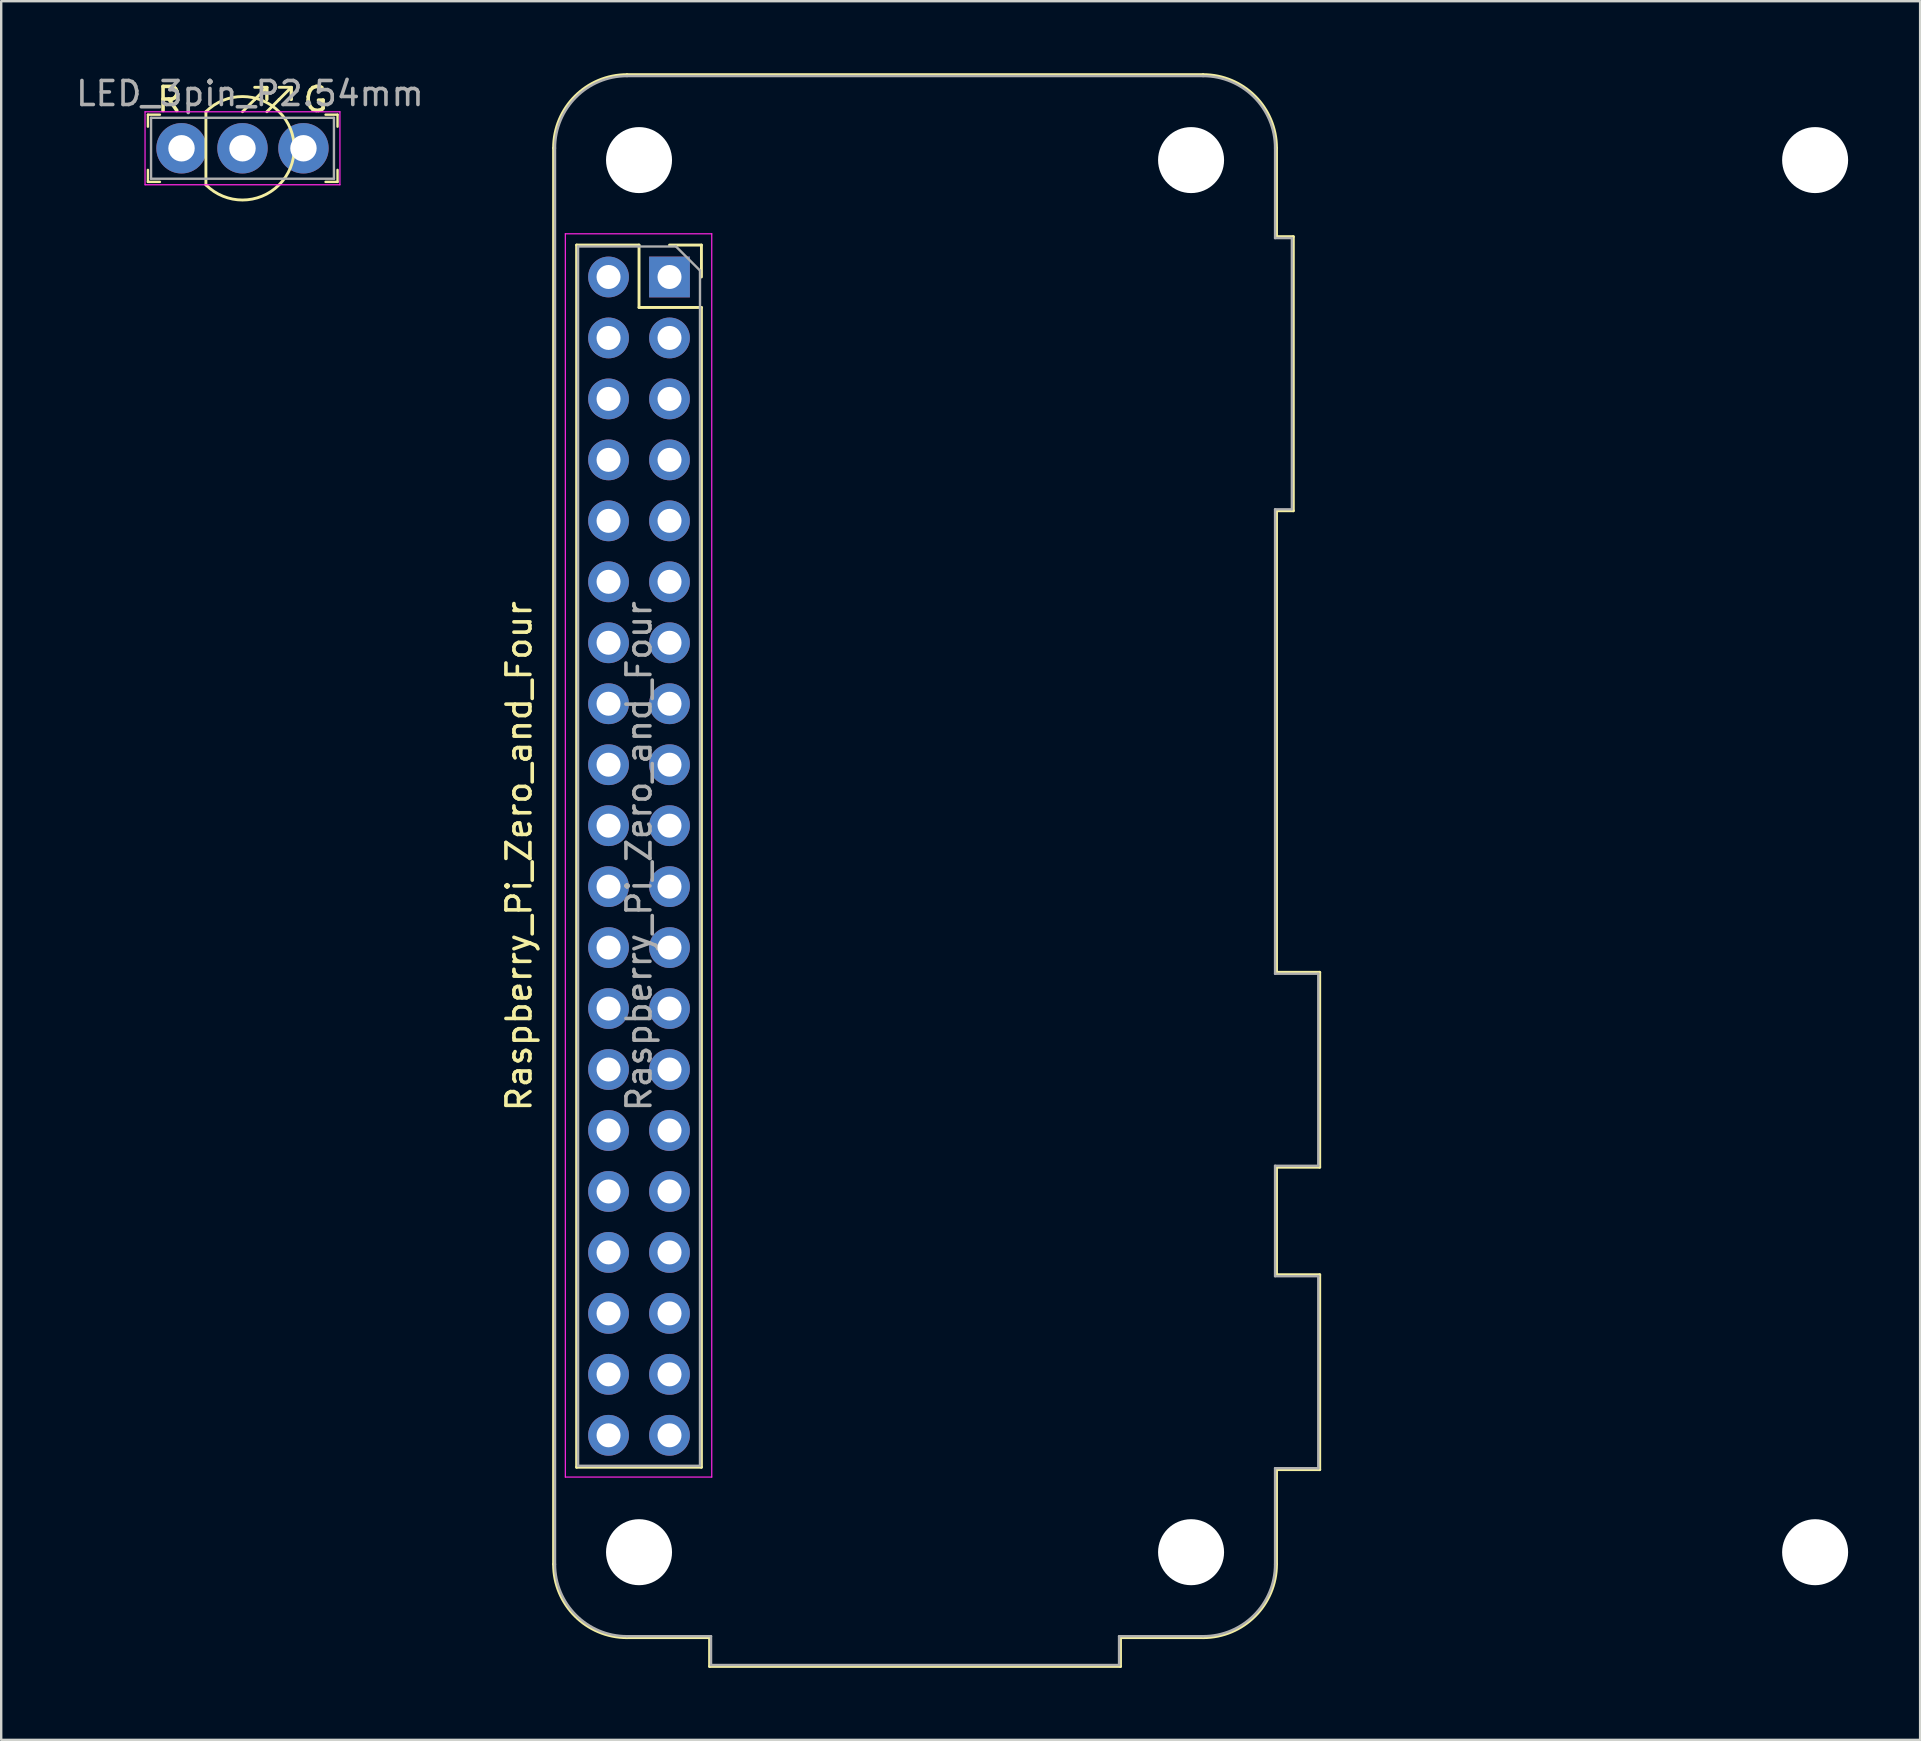
<source format=kicad_pcb>
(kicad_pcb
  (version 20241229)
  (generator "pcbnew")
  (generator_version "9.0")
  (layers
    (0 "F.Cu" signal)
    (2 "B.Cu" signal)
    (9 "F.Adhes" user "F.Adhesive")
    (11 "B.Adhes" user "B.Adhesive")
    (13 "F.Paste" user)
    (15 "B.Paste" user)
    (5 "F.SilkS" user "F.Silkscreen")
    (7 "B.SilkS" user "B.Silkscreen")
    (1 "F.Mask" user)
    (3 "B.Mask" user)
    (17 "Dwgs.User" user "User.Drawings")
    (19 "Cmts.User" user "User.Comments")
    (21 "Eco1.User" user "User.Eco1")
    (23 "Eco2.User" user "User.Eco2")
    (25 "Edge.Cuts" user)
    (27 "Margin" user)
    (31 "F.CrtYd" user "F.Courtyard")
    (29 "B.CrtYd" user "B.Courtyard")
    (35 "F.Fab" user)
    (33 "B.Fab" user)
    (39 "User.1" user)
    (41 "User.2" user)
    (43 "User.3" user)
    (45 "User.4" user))
  (footprint "LED_3pin_P2.54mm"
    (layer "F.Cu")
    (at 4.513 3.128)
    (property "Reference" "LED_3pin_P2.54mm" (at 2.85 -2.28 0) (layer "F.Fab") (effects (font (size 1 1) (thickness 0.15))))
    (attr through_hole)
    (fp_line (start -1.4 -1.4) (end -1.4 -0.9) (stroke (width 0.1) (type solid)) (layer "F.SilkS"))
    (fp_line (start -1.4 -1.4) (end -0.9 -1.4) (stroke (width 0.1) (type solid)) (layer "F.SilkS"))
    (fp_line (start -1.4 1.4) (end -1.4 0.9) (stroke (width 0.1) (type solid)) (layer "F.SilkS"))
    (fp_line (start -1.4 1.4) (end -0.9 1.4) (stroke (width 0.1) (type solid)) (layer "F.SilkS"))
    (fp_line (start 1.016 -1.524) (end 1.016 1.524) (stroke (width 0.12) (type solid)) (layer "F.SilkS"))
    (fp_line (start 3.048 -2.032) (end 2.54 -1.524) (stroke (width 0.12) (type solid)) (layer "F.SilkS"))
    (fp_line (start 3.048 -2.032) (end 3.556 -2.54) (stroke (width 0.12) (type solid)) (layer "F.SilkS"))
    (fp_line (start 3.556 -2.54) (end 3.048 -2.54) (stroke (width 0.12) (type solid)) (layer "F.SilkS"))
    (fp_line (start 3.556 -2.54) (end 3.556 -2.032) (stroke (width 0.12) (type solid)) (layer "F.SilkS"))
    (fp_line (start 3.556 -2.032) (end 3.556 -2.54) (stroke (width 0.12) (type solid)) (layer "F.SilkS"))
    (fp_line (start 4.064 -2.032) (end 3.556 -1.524) (stroke (width 0.12) (type solid)) (layer "F.SilkS"))
    (fp_line (start 4.064 -2.032) (end 4.572 -2.54) (stroke (width 0.12) (type solid)) (layer "F.SilkS"))
    (fp_line (start 4.572 -2.54) (end 4.064 -2.54) (stroke (width 0.12) (type solid)) (layer "F.SilkS"))
    (fp_line (start 4.572 -2.54) (end 4.572 -2.032) (stroke (width 0.12) (type solid)) (layer "F.SilkS"))
    (fp_line (start 4.572 -2.032) (end 4.572 -2.54) (stroke (width 0.12) (type solid)) (layer "F.SilkS"))
    (fp_line (start 6.5 -1.4) (end 6 -1.4) (stroke (width 0.1) (type solid)) (layer "F.SilkS"))
    (fp_line (start 6.5 -1.4) (end 6.5 -0.9) (stroke (width 0.1) (type solid)) (layer "F.SilkS"))
    (fp_line (start 6.5 1.4) (end 6 1.4) (stroke (width 0.1) (type solid)) (layer "F.SilkS"))
    (fp_line (start 6.5 1.4) (end 6.5 0.9) (stroke (width 0.1) (type solid)) (layer "F.SilkS"))
    (fp_arc (start 1.016 -1.524) (mid 4.695261 0) (end 1.016 1.524) (stroke (width 0.12) (type solid)) (layer "F.SilkS"))
    (fp_line (start -1.52 -1.52) (end -1.52 1.52) (stroke (width 0.05) (type solid)) (layer "F.CrtYd"))
    (fp_line (start -1.52 -1.52) (end 6.6 -1.52) (stroke (width 0.05) (type solid)) (layer "F.CrtYd"))
    (fp_line (start -1.52 1.52) (end 6.6 1.52) (stroke (width 0.05) (type solid)) (layer "F.CrtYd"))
    (fp_line (start 6.6 -1.52) (end 6.6 1.52) (stroke (width 0.05) (type solid)) (layer "F.CrtYd"))
    (fp_line (start -1.27 -1.27) (end -1.27 1.27) (stroke (width 0.1) (type solid)) (layer "F.Fab"))
    (fp_line (start -1.27 -1.27) (end 6.35 -1.27) (stroke (width 0.1) (type solid)) (layer "F.Fab"))
    (fp_line (start -1.27 1.27) (end 6.35 1.27) (stroke (width 0.1) (type solid)) (layer "F.Fab"))
    (fp_line (start 6.35 -1.27) (end 6.35 1.27) (stroke (width 0.1) (type solid)) (layer "F.Fab"))
    (fp_text user "G" (at 5.588 -2.032 0) (unlocked yes) (layer "F.SilkS") (effects (font (size 1 1) (thickness 0.15))))
    (fp_text user "R" (at -0.508 -2.032 0) (unlocked yes) (layer "F.SilkS") (effects (font (size 1 1) (thickness 0.15))))
    (pad "1" thru_hole circle (at 0 0) (size 2.1 2.1) (drill 1.1) (layers "*.Cu" "*.Mask"))
    (pad "2" thru_hole circle (at 2.54 0) (size 2.1 2.1) (drill 1.1) (layers "*.Cu" "*.Mask"))
    (pad "3" thru_hole circle (at 5.08 0) (size 2.1 2.1) (drill 1.1) (layers "*.Cu" "*.Mask")))
  (footprint "Raspberry_Pi_Zero_and_Four"
    (layer "F.Cu")
    (at 24.844 8.49)
    (property "Reference" "Raspberry_Pi_Zero_and_Four" (at -6.27 24.13 90) (layer "F.SilkS") (effects (font (size 1 1) (thickness 0.15))))
    (attr through_hole)
    (fp_line (start -4.83 53.63) (end -4.83 -5.37) (stroke (width 0.12) (type solid)) (layer "F.SilkS"))
    (fp_line (start -3.87 -1.33) (end -3.87 49.59) (stroke (width 0.12) (type solid)) (layer "F.SilkS"))
    (fp_line (start -3.87 -1.33) (end -1.27 -1.33) (stroke (width 0.12) (type solid)) (layer "F.SilkS"))
    (fp_line (start -3.87 49.59) (end 1.33 49.59) (stroke (width 0.12) (type solid)) (layer "F.SilkS"))
    (fp_line (start -1.77 -8.43) (end 22.23 -8.43) (stroke (width 0.12) (type solid)) (layer "F.SilkS"))
    (fp_line (start -1.27 -1.33) (end -1.27 1.27) (stroke (width 0.12) (type solid)) (layer "F.SilkS"))
    (fp_line (start -1.27 1.27) (end 1.33 1.27) (stroke (width 0.12) (type solid)) (layer "F.SilkS"))
    (fp_line (start 0 -1.33) (end 1.33 -1.33) (stroke (width 0.12) (type solid)) (layer "F.SilkS"))
    (fp_line (start 1.33 -1.33) (end 1.33 0) (stroke (width 0.12) (type solid)) (layer "F.SilkS"))
    (fp_line (start 1.33 1.27) (end 1.33 49.59) (stroke (width 0.12) (type solid)) (layer "F.SilkS"))
    (fp_line (start 1.67 56.69) (end -1.77 56.69) (stroke (width 0.12) (type solid)) (layer "F.SilkS"))
    (fp_line (start 1.67 56.69) (end 1.67 57.89) (stroke (width 0.12) (type solid)) (layer "F.SilkS"))
    (fp_line (start 1.67 57.89) (end 18.79 57.89) (stroke (width 0.12) (type solid)) (layer "F.SilkS"))
    (fp_line (start 18.79 56.69) (end 22.23 56.69) (stroke (width 0.12) (type solid)) (layer "F.SilkS"))
    (fp_line (start 18.79 57.89) (end 18.79 56.69) (stroke (width 0.12) (type solid)) (layer "F.SilkS"))
    (fp_line (start 25.29 -1.68) (end 25.29 -5.37) (stroke (width 0.12) (type solid)) (layer "F.SilkS"))
    (fp_line (start 25.29 9.74) (end 25.99 9.74) (stroke (width 0.12) (type solid)) (layer "F.SilkS"))
    (fp_line (start 25.29 28.97) (end 25.29 9.74) (stroke (width 0.12) (type solid)) (layer "F.SilkS"))
    (fp_line (start 25.29 37.09) (end 27.09 37.09) (stroke (width 0.12) (type solid)) (layer "F.SilkS"))
    (fp_line (start 25.29 41.57) (end 25.29 37.09) (stroke (width 0.12) (type solid)) (layer "F.SilkS"))
    (fp_line (start 25.29 49.69) (end 27.09 49.69) (stroke (width 0.12) (type solid)) (layer "F.SilkS"))
    (fp_line (start 25.29 53.63) (end 25.29 49.69) (stroke (width 0.12) (type solid)) (layer "F.SilkS"))
    (fp_line (start 25.99 -1.68) (end 25.29 -1.68) (stroke (width 0.12) (type solid)) (layer "F.SilkS"))
    (fp_line (start 25.99 9.74) (end 25.99 -1.68) (stroke (width 0.12) (type solid)) (layer "F.SilkS"))
    (fp_line (start 27.09 28.97) (end 25.29 28.97) (stroke (width 0.12) (type solid)) (layer "F.SilkS"))
    (fp_line (start 27.09 37.09) (end 27.09 28.97) (stroke (width 0.12) (type solid)) (layer "F.SilkS"))
    (fp_line (start 27.09 41.57) (end 25.29 41.57) (stroke (width 0.12) (type solid)) (layer "F.SilkS"))
    (fp_line (start 27.09 49.69) (end 27.09 41.57) (stroke (width 0.12) (type solid)) (layer "F.SilkS"))
    (fp_arc (start -4.83 -5.37) (mid -3.933747 -7.533747) (end -1.77 -8.43) (stroke (width 0.12) (type solid)) (layer "F.SilkS"))
    (fp_arc (start -1.77 56.69) (mid -3.933747 55.793747) (end -4.83 53.63) (stroke (width 0.12) (type solid)) (layer "F.SilkS"))
    (fp_arc (start 22.23 -8.43) (mid 24.393747 -7.533747) (end 25.29 -5.37) (stroke (width 0.12) (type solid)) (layer "F.SilkS"))
    (fp_arc (start 25.29 53.63) (mid 24.393747 55.793747) (end 22.23 56.69) (stroke (width 0.12) (type solid)) (layer "F.SilkS"))
    (fp_line (start -4.34 -1.8) (end 1.76 -1.8) (stroke (width 0.05) (type solid)) (layer "F.CrtYd"))
    (fp_line (start -4.34 50) (end -4.34 -1.8) (stroke (width 0.05) (type solid)) (layer "F.CrtYd"))
    (fp_line (start 1.76 -1.8) (end 1.76 50) (stroke (width 0.05) (type solid)) (layer "F.CrtYd"))
    (fp_line (start 1.76 50) (end -4.34 50) (stroke (width 0.05) (type solid)) (layer "F.CrtYd"))
    (fp_line (start -4.77 53.63) (end -4.77 -5.37) (stroke (width 0.1) (type solid)) (layer "F.Fab"))
    (fp_line (start -3.81 -1.27) (end 0.27 -1.27) (stroke (width 0.1) (type solid)) (layer "F.Fab"))
    (fp_line (start -3.81 49.53) (end -3.81 -1.27) (stroke (width 0.1) (type solid)) (layer "F.Fab"))
    (fp_line (start -1.77 -8.37) (end 22.23 -8.37) (stroke (width 0.1) (type solid)) (layer "F.Fab"))
    (fp_line (start -1.77 56.63) (end 1.73 56.63) (stroke (width 0.1) (type solid)) (layer "F.Fab"))
    (fp_line (start 0.27 -1.27) (end 1.27 -0.27) (stroke (width 0.1) (type solid)) (layer "F.Fab"))
    (fp_line (start 1.27 -0.27) (end 1.27 49.53) (stroke (width 0.1) (type solid)) (layer "F.Fab"))
    (fp_line (start 1.27 49.53) (end -3.81 49.53) (stroke (width 0.1) (type solid)) (layer "F.Fab"))
    (fp_line (start 1.73 56.63) (end 1.73 57.83) (stroke (width 0.1) (type solid)) (layer "F.Fab"))
    (fp_line (start 1.73 57.83) (end 18.73 57.83) (stroke (width 0.1) (type solid)) (layer "F.Fab"))
    (fp_line (start 18.73 56.63) (end 18.73 57.83) (stroke (width 0.1) (type solid)) (layer "F.Fab"))
    (fp_line (start 22.23 56.63) (end 18.73 56.63) (stroke (width 0.1) (type solid)) (layer "F.Fab"))
    (fp_line (start 25.23 -1.62) (end 25.23 -5.37) (stroke (width 0.1) (type solid)) (layer "F.Fab"))
    (fp_line (start 25.23 -1.62) (end 25.93 -1.62) (stroke (width 0.1) (type solid)) (layer "F.Fab"))
    (fp_line (start 25.23 9.68) (end 25.93 9.68) (stroke (width 0.1) (type solid)) (layer "F.Fab"))
    (fp_line (start 25.23 29.03) (end 25.23 9.68) (stroke (width 0.1) (type solid)) (layer "F.Fab"))
    (fp_line (start 25.23 37.03) (end 27.03 37.03) (stroke (width 0.1) (type solid)) (layer "F.Fab"))
    (fp_line (start 25.23 41.63) (end 25.23 37.03) (stroke (width 0.1) (type solid)) (layer "F.Fab"))
    (fp_line (start 25.23 49.63) (end 25.23 53.63) (stroke (width 0.1) (type solid)) (layer "F.Fab"))
    (fp_line (start 25.23 49.63) (end 27.03 49.63) (stroke (width 0.1) (type solid)) (layer "F.Fab"))
    (fp_line (start 25.93 9.68) (end 25.93 -1.62) (stroke (width 0.1) (type solid)) (layer "F.Fab"))
    (fp_line (start 27.03 29.03) (end 25.23 29.03) (stroke (width 0.1) (type solid)) (layer "F.Fab"))
    (fp_line (start 27.03 37.03) (end 27.03 29.03) (stroke (width 0.1) (type solid)) (layer "F.Fab"))
    (fp_line (start 27.03 41.63) (end 25.23 41.63) (stroke (width 0.1) (type solid)) (layer "F.Fab"))
    (fp_line (start 27.03 49.63) (end 27.03 41.63) (stroke (width 0.1) (type solid)) (layer "F.Fab"))
    (fp_arc (start -4.77 -5.37) (mid -3.89132 -7.49132) (end -1.77 -8.37) (stroke (width 0.1) (type solid)) (layer "F.Fab"))
    (fp_arc (start -1.77 56.63) (mid -3.89132 55.75132) (end -4.77 53.63) (stroke (width 0.1) (type solid)) (layer "F.Fab"))
    (fp_arc (start 22.23 -8.37) (mid 24.35132 -7.49132) (end 25.23 -5.37) (stroke (width 0.1) (type solid)) (layer "F.Fab"))
    (fp_arc (start 25.23 53.63) (mid 24.35132 55.75132) (end 22.23 56.63) (stroke (width 0.1) (type solid)) (layer "F.Fab"))
    (fp_text user "${REFERENCE}" (at -1.27 24.13 90) (layer "F.Fab") (effects (font (size 1 1) (thickness 0.15))))
    (pad "" np_thru_hole circle (at -1.27 -4.87 90) (size 2.75 2.75) (drill 2.75) (layers "*.Cu"))
    (pad "" np_thru_hole circle (at -1.27 53.13 90) (size 2.75 2.75) (drill 2.75) (layers "*.Cu"))
    (pad "" np_thru_hole circle (at 21.73 -4.87 90) (size 2.75 2.75) (drill 2.75) (layers "*.Cu"))
    (pad "" np_thru_hole circle (at 21.73 53.13 90) (size 2.75 2.75) (drill 2.75) (layers "*.Cu"))
    (pad "" np_thru_hole circle (at 47.73 -4.87 90) (size 2.75 2.75) (drill 2.75) (layers "*.Cu"))
    (pad "" np_thru_hole circle (at 47.73 53.13 90) (size 2.75 2.75) (drill 2.75) (layers "*.Cu"))
    (pad "1" thru_hole rect (at 0 0) (size 1.7 1.7) (drill 1) (layers "*.Cu" "*.Mask"))
    (pad "2" thru_hole oval (at -2.54 0) (size 1.7 1.7) (drill 1) (layers "*.Cu" "*.Mask"))
    (pad "3" thru_hole oval (at 0 2.54) (size 1.7 1.7) (drill 1) (layers "*.Cu" "*.Mask"))
    (pad "4" thru_hole oval (at -2.54 2.54) (size 1.7 1.7) (drill 1) (layers "*.Cu" "*.Mask"))
    (pad "5" thru_hole oval (at 0 5.08) (size 1.7 1.7) (drill 1) (layers "*.Cu" "*.Mask"))
    (pad "6" thru_hole oval (at -2.54 5.08) (size 1.7 1.7) (drill 1) (layers "*.Cu" "*.Mask"))
    (pad "7" thru_hole oval (at 0 7.62) (size 1.7 1.7) (drill 1) (layers "*.Cu" "*.Mask"))
    (pad "8" thru_hole oval (at -2.54 7.62) (size 1.7 1.7) (drill 1) (layers "*.Cu" "*.Mask"))
    (pad "9" thru_hole oval (at 0 10.16) (size 1.7 1.7) (drill 1) (layers "*.Cu" "*.Mask"))
    (pad "10" thru_hole oval (at -2.54 10.16) (size 1.7 1.7) (drill 1) (layers "*.Cu" "*.Mask"))
    (pad "11" thru_hole oval (at 0 12.7) (size 1.7 1.7) (drill 1) (layers "*.Cu" "*.Mask"))
    (pad "12" thru_hole oval (at -2.54 12.7) (size 1.7 1.7) (drill 1) (layers "*.Cu" "*.Mask"))
    (pad "13" thru_hole oval (at 0 15.24) (size 1.7 1.7) (drill 1) (layers "*.Cu" "*.Mask"))
    (pad "14" thru_hole oval (at -2.54 15.24) (size 1.7 1.7) (drill 1) (layers "*.Cu" "*.Mask"))
    (pad "15" thru_hole oval (at 0 17.78) (size 1.7 1.7) (drill 1) (layers "*.Cu" "*.Mask"))
    (pad "16" thru_hole oval (at -2.54 17.78) (size 1.7 1.7) (drill 1) (layers "*.Cu" "*.Mask"))
    (pad "17" thru_hole oval (at 0 20.32) (size 1.7 1.7) (drill 1) (layers "*.Cu" "*.Mask"))
    (pad "18" thru_hole oval (at -2.54 20.32) (size 1.7 1.7) (drill 1) (layers "*.Cu" "*.Mask"))
    (pad "19" thru_hole oval (at 0 22.86) (size 1.7 1.7) (drill 1) (layers "*.Cu" "*.Mask"))
    (pad "20" thru_hole oval (at -2.54 22.86) (size 1.7 1.7) (drill 1) (layers "*.Cu" "*.Mask"))
    (pad "21" thru_hole oval (at 0 25.4) (size 1.7 1.7) (drill 1) (layers "*.Cu" "*.Mask"))
    (pad "22" thru_hole oval (at -2.54 25.4) (size 1.7 1.7) (drill 1) (layers "*.Cu" "*.Mask"))
    (pad "23" thru_hole oval (at 0 27.94) (size 1.7 1.7) (drill 1) (layers "*.Cu" "*.Mask"))
    (pad "24" thru_hole oval (at -2.54 27.94) (size 1.7 1.7) (drill 1) (layers "*.Cu" "*.Mask"))
    (pad "25" thru_hole oval (at 0 30.48) (size 1.7 1.7) (drill 1) (layers "*.Cu" "*.Mask"))
    (pad "26" thru_hole oval (at -2.54 30.48) (size 1.7 1.7) (drill 1) (layers "*.Cu" "*.Mask"))
    (pad "27" thru_hole oval (at 0 33.02) (size 1.7 1.7) (drill 1) (layers "*.Cu" "*.Mask"))
    (pad "28" thru_hole oval (at -2.54 33.02) (size 1.7 1.7) (drill 1) (layers "*.Cu" "*.Mask"))
    (pad "29" thru_hole oval (at 0 35.56) (size 1.7 1.7) (drill 1) (layers "*.Cu" "*.Mask"))
    (pad "30" thru_hole oval (at -2.54 35.56) (size 1.7 1.7) (drill 1) (layers "*.Cu" "*.Mask"))
    (pad "31" thru_hole oval (at 0 38.1) (size 1.7 1.7) (drill 1) (layers "*.Cu" "*.Mask"))
    (pad "32" thru_hole oval (at -2.54 38.1) (size 1.7 1.7) (drill 1) (layers "*.Cu" "*.Mask"))
    (pad "33" thru_hole oval (at 0 40.64) (size 1.7 1.7) (drill 1) (layers "*.Cu" "*.Mask"))
    (pad "34" thru_hole oval (at -2.54 40.64) (size 1.7 1.7) (drill 1) (layers "*.Cu" "*.Mask"))
    (pad "35" thru_hole oval (at 0 43.18) (size 1.7 1.7) (drill 1) (layers "*.Cu" "*.Mask"))
    (pad "36" thru_hole oval (at -2.54 43.18) (size 1.7 1.7) (drill 1) (layers "*.Cu" "*.Mask"))
    (pad "37" thru_hole oval (at 0 45.72) (size 1.7 1.7) (drill 1) (layers "*.Cu" "*.Mask"))
    (pad "38" thru_hole oval (at -2.54 45.72) (size 1.7 1.7) (drill 1) (layers "*.Cu" "*.Mask"))
    (pad "39" thru_hole oval (at 0 48.26) (size 1.7 1.7) (drill 1) (layers "*.Cu" "*.Mask"))
    (pad "40" thru_hole oval (at -2.54 48.26) (size 1.7 1.7) (drill 1) (layers "*.Cu" "*.Mask")))
  (gr_rect
    (start -3 -3)
    (end 76.949 69.44)
    (stroke (width 0.1) (type default))
    (fill no)
    (layer "Edge.Cuts")))
</source>
